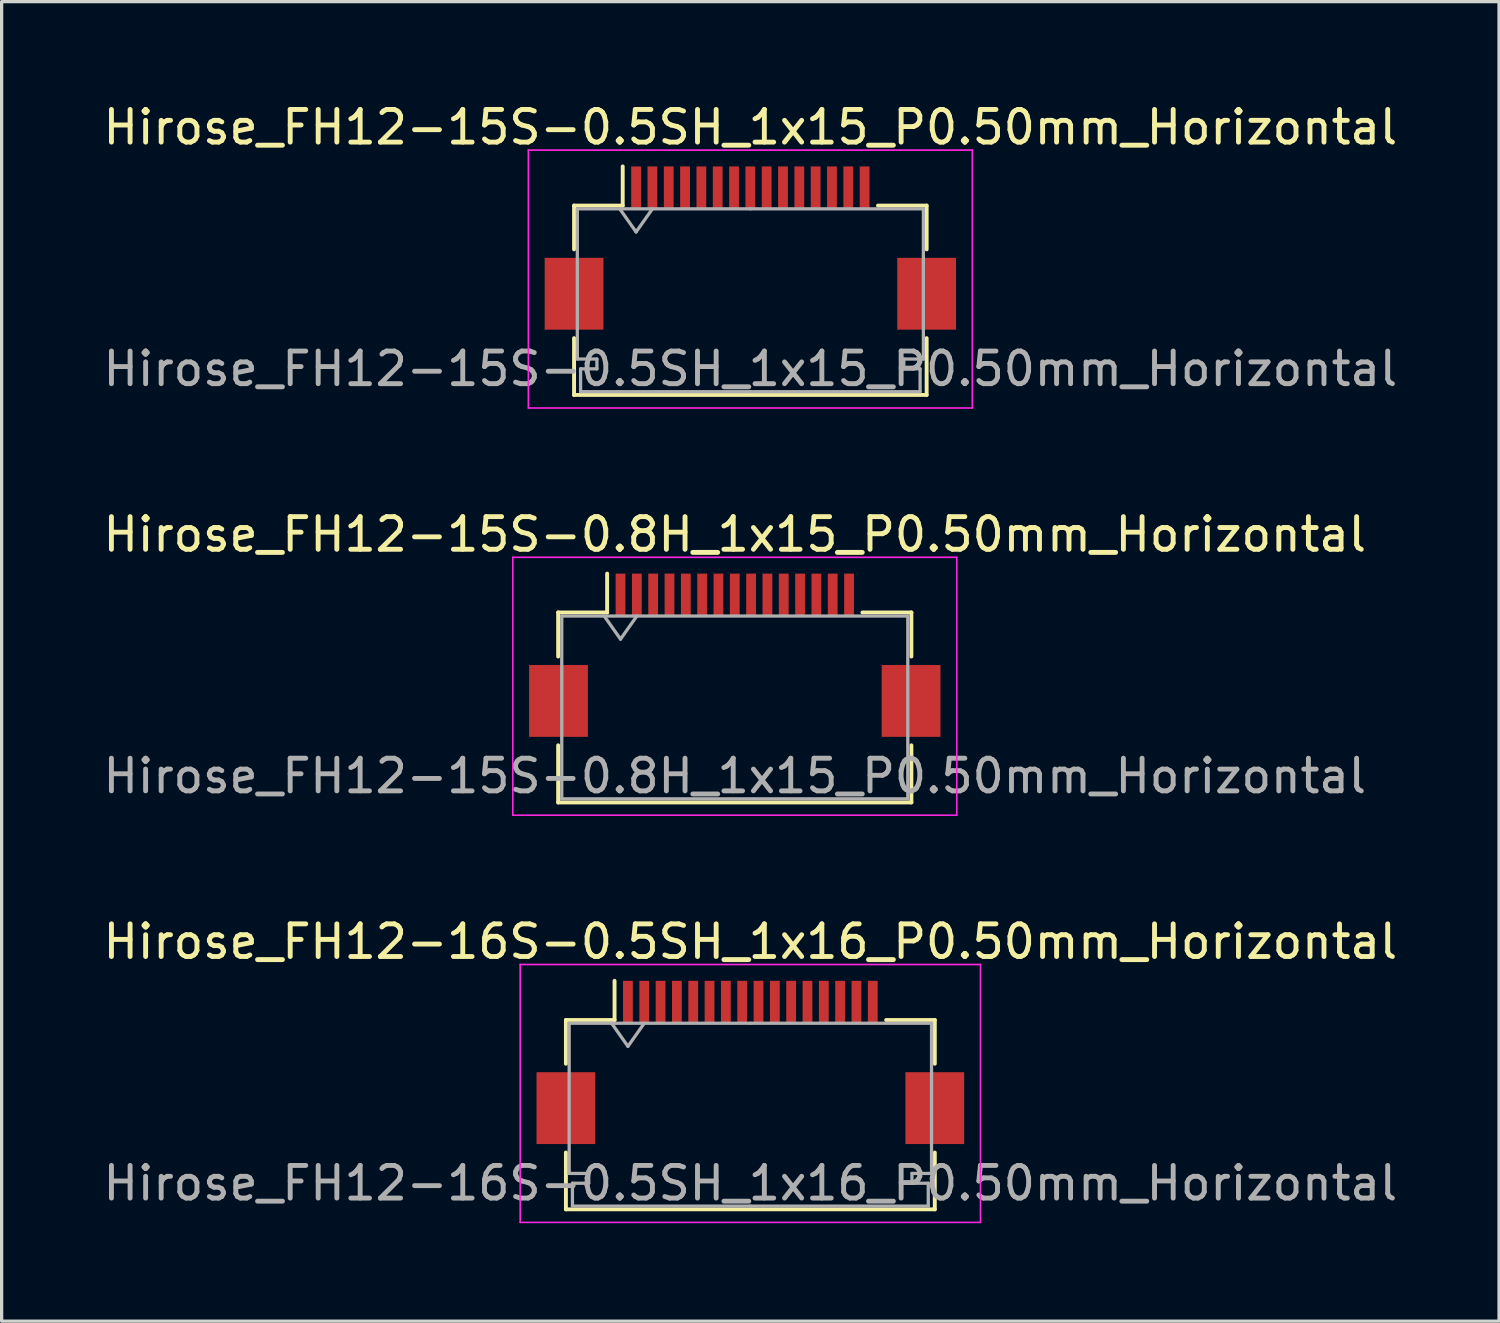
<source format=kicad_pcb>
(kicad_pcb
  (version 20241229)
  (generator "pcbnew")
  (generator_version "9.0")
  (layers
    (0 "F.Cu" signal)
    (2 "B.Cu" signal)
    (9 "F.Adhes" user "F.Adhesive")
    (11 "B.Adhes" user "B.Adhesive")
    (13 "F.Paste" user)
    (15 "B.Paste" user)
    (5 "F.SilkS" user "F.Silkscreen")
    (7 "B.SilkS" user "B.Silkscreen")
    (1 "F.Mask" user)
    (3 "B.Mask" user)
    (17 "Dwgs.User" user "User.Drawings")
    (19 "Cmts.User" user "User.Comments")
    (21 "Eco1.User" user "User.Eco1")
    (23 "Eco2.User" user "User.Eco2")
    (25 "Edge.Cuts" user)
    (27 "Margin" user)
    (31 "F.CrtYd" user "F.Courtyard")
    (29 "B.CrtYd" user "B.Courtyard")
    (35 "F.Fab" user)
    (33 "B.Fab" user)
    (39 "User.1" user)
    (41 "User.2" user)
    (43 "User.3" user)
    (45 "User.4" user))
  (footprint "Hirose_FH12-15S-0.5SH_1x15_P0.50mm_Horizontal"
    (layer "F.Cu")
    (at 19.935 4.548)
    (property "Reference" "Hirose_FH12-15S-0.5SH_1x15_P0.50mm_Horizontal" (at 0 -3.7 0) (layer "F.SilkS") (effects (font (size 1 1) (thickness 0.15))))
    (attr smd)
    (fp_line (start -5.4 -1.3) (end -5.4 0.04) (stroke (width 0.12) (type solid)) (layer "F.SilkS"))
    (fp_line (start -5.4 2.76) (end -5.4 4.5) (stroke (width 0.12) (type solid)) (layer "F.SilkS"))
    (fp_line (start -5.4 4.5) (end 5.4 4.5) (stroke (width 0.12) (type solid)) (layer "F.SilkS"))
    (fp_line (start -3.91 -1.3) (end -5.4 -1.3) (stroke (width 0.12) (type solid)) (layer "F.SilkS"))
    (fp_line (start -3.91 -1.3) (end -3.91 -2.5) (stroke (width 0.12) (type solid)) (layer "F.SilkS"))
    (fp_line (start 3.91 -1.3) (end 5.4 -1.3) (stroke (width 0.12) (type solid)) (layer "F.SilkS"))
    (fp_line (start 5.4 -1.3) (end 5.4 0.04) (stroke (width 0.12) (type solid)) (layer "F.SilkS"))
    (fp_line (start 5.4 4.5) (end 5.4 2.76) (stroke (width 0.12) (type solid)) (layer "F.SilkS"))
    (fp_line (start -6.8 -3) (end -6.8 4.9) (stroke (width 0.05) (type solid)) (layer "F.CrtYd"))
    (fp_line (start -6.8 4.9) (end 6.8 4.9) (stroke (width 0.05) (type solid)) (layer "F.CrtYd"))
    (fp_line (start 6.8 -3) (end -6.8 -3) (stroke (width 0.05) (type solid)) (layer "F.CrtYd"))
    (fp_line (start 6.8 4.9) (end 6.8 -3) (stroke (width 0.05) (type solid)) (layer "F.CrtYd"))
    (fp_line (start -5.3 -1.2) (end -5.3 3.4) (stroke (width 0.1) (type solid)) (layer "F.Fab"))
    (fp_line (start -5.3 3.4) (end -4.7 3.4) (stroke (width 0.1) (type solid)) (layer "F.Fab"))
    (fp_line (start -5.2 3.7) (end -5.2 4.4) (stroke (width 0.1) (type solid)) (layer "F.Fab"))
    (fp_line (start -5.2 4.4) (end 0 4.4) (stroke (width 0.1) (type solid)) (layer "F.Fab"))
    (fp_line (start -4.7 3.4) (end -4.7 3.7) (stroke (width 0.1) (type solid)) (layer "F.Fab"))
    (fp_line (start -4.7 3.7) (end -5.2 3.7) (stroke (width 0.1) (type solid)) (layer "F.Fab"))
    (fp_line (start -4 -1.2) (end -3.5 -0.493) (stroke (width 0.1) (type solid)) (layer "F.Fab"))
    (fp_line (start -3.5 -0.493) (end -3 -1.2) (stroke (width 0.1) (type solid)) (layer "F.Fab"))
    (fp_line (start 0 -1.2) (end -5.3 -1.2) (stroke (width 0.1) (type solid)) (layer "F.Fab"))
    (fp_line (start 0 -1.2) (end 5.3 -1.2) (stroke (width 0.1) (type solid)) (layer "F.Fab"))
    (fp_line (start 4.7 3.4) (end 4.7 3.7) (stroke (width 0.1) (type solid)) (layer "F.Fab"))
    (fp_line (start 4.7 3.7) (end 5.2 3.7) (stroke (width 0.1) (type solid)) (layer "F.Fab"))
    (fp_line (start 5.2 3.7) (end 5.2 4.4) (stroke (width 0.1) (type solid)) (layer "F.Fab"))
    (fp_line (start 5.2 4.4) (end 0 4.4) (stroke (width 0.1) (type solid)) (layer "F.Fab"))
    (fp_line (start 5.3 -1.2) (end 5.3 3.4) (stroke (width 0.1) (type solid)) (layer "F.Fab"))
    (fp_line (start 5.3 3.4) (end 4.7 3.4) (stroke (width 0.1) (type solid)) (layer "F.Fab"))
    (fp_text user "${REFERENCE}" (at 0 3.7 0) (layer "F.Fab") (effects (font (size 1 1) (thickness 0.15))))
    (pad "" smd rect (at -5.4 1.4) (size 1.8 2.2) (layers "F.Cu" "F.Mask" "F.Paste"))
    (pad "" smd rect (at 5.4 1.4) (size 1.8 2.2) (layers "F.Cu" "F.Mask" "F.Paste"))
    (pad "1" smd rect (at -3.5 -1.85) (size 0.3 1.3) (layers "F.Cu" "F.Mask" "F.Paste"))
    (pad "2" smd rect (at -3 -1.85) (size 0.3 1.3) (layers "F.Cu" "F.Mask" "F.Paste"))
    (pad "3" smd rect (at -2.5 -1.85) (size 0.3 1.3) (layers "F.Cu" "F.Mask" "F.Paste"))
    (pad "4" smd rect (at -2 -1.85) (size 0.3 1.3) (layers "F.Cu" "F.Mask" "F.Paste"))
    (pad "5" smd rect (at -1.5 -1.85) (size 0.3 1.3) (layers "F.Cu" "F.Mask" "F.Paste"))
    (pad "6" smd rect (at -1 -1.85) (size 0.3 1.3) (layers "F.Cu" "F.Mask" "F.Paste"))
    (pad "7" smd rect (at -0.5 -1.85) (size 0.3 1.3) (layers "F.Cu" "F.Mask" "F.Paste"))
    (pad "8" smd rect (at 0 -1.85) (size 0.3 1.3) (layers "F.Cu" "F.Mask" "F.Paste"))
    (pad "9" smd rect (at 0.5 -1.85) (size 0.3 1.3) (layers "F.Cu" "F.Mask" "F.Paste"))
    (pad "10" smd rect (at 1 -1.85) (size 0.3 1.3) (layers "F.Cu" "F.Mask" "F.Paste"))
    (pad "11" smd rect (at 1.5 -1.85) (size 0.3 1.3) (layers "F.Cu" "F.Mask" "F.Paste"))
    (pad "12" smd rect (at 2 -1.85) (size 0.3 1.3) (layers "F.Cu" "F.Mask" "F.Paste"))
    (pad "13" smd rect (at 2.5 -1.85) (size 0.3 1.3) (layers "F.Cu" "F.Mask" "F.Paste"))
    (pad "14" smd rect (at 3 -1.85) (size 0.3 1.3) (layers "F.Cu" "F.Mask" "F.Paste"))
    (pad "15" smd rect (at 3.5 -1.85) (size 0.3 1.3) (layers "F.Cu" "F.Mask" "F.Paste")))
  (footprint "Hirose_FH12-16S-0.5SH_1x16_P0.50mm_Horizontal"
    (layer "F.Cu")
    (at 19.935 29.495)
    (property "Reference" "Hirose_FH12-16S-0.5SH_1x16_P0.50mm_Horizontal" (at 0 -3.7 0) (layer "F.SilkS") (effects (font (size 1 1) (thickness 0.15))))
    (attr smd)
    (fp_line (start -5.65 -1.3) (end -5.65 0.04) (stroke (width 0.12) (type solid)) (layer "F.SilkS"))
    (fp_line (start -5.65 2.76) (end -5.65 4.5) (stroke (width 0.12) (type solid)) (layer "F.SilkS"))
    (fp_line (start -5.65 4.5) (end 5.65 4.5) (stroke (width 0.12) (type solid)) (layer "F.SilkS"))
    (fp_line (start -4.16 -1.3) (end -5.65 -1.3) (stroke (width 0.12) (type solid)) (layer "F.SilkS"))
    (fp_line (start -4.16 -1.3) (end -4.16 -2.5) (stroke (width 0.12) (type solid)) (layer "F.SilkS"))
    (fp_line (start 4.16 -1.3) (end 5.65 -1.3) (stroke (width 0.12) (type solid)) (layer "F.SilkS"))
    (fp_line (start 5.65 -1.3) (end 5.65 0.04) (stroke (width 0.12) (type solid)) (layer "F.SilkS"))
    (fp_line (start 5.65 4.5) (end 5.65 2.76) (stroke (width 0.12) (type solid)) (layer "F.SilkS"))
    (fp_line (start -7.05 -3) (end -7.05 4.9) (stroke (width 0.05) (type solid)) (layer "F.CrtYd"))
    (fp_line (start -7.05 4.9) (end 7.05 4.9) (stroke (width 0.05) (type solid)) (layer "F.CrtYd"))
    (fp_line (start 7.05 -3) (end -7.05 -3) (stroke (width 0.05) (type solid)) (layer "F.CrtYd"))
    (fp_line (start 7.05 4.9) (end 7.05 -3) (stroke (width 0.05) (type solid)) (layer "F.CrtYd"))
    (fp_line (start -5.55 -1.2) (end -5.55 3.4) (stroke (width 0.1) (type solid)) (layer "F.Fab"))
    (fp_line (start -5.55 3.4) (end -4.95 3.4) (stroke (width 0.1) (type solid)) (layer "F.Fab"))
    (fp_line (start -5.45 3.7) (end -5.45 4.4) (stroke (width 0.1) (type solid)) (layer "F.Fab"))
    (fp_line (start -5.45 4.4) (end 0 4.4) (stroke (width 0.1) (type solid)) (layer "F.Fab"))
    (fp_line (start -4.95 3.4) (end -4.95 3.7) (stroke (width 0.1) (type solid)) (layer "F.Fab"))
    (fp_line (start -4.95 3.7) (end -5.45 3.7) (stroke (width 0.1) (type solid)) (layer "F.Fab"))
    (fp_line (start -4.25 -1.2) (end -3.75 -0.493) (stroke (width 0.1) (type solid)) (layer "F.Fab"))
    (fp_line (start -3.75 -0.493) (end -3.25 -1.2) (stroke (width 0.1) (type solid)) (layer "F.Fab"))
    (fp_line (start 0 -1.2) (end -5.55 -1.2) (stroke (width 0.1) (type solid)) (layer "F.Fab"))
    (fp_line (start 0 -1.2) (end 5.55 -1.2) (stroke (width 0.1) (type solid)) (layer "F.Fab"))
    (fp_line (start 4.95 3.4) (end 4.95 3.7) (stroke (width 0.1) (type solid)) (layer "F.Fab"))
    (fp_line (start 4.95 3.7) (end 5.45 3.7) (stroke (width 0.1) (type solid)) (layer "F.Fab"))
    (fp_line (start 5.45 3.7) (end 5.45 4.4) (stroke (width 0.1) (type solid)) (layer "F.Fab"))
    (fp_line (start 5.45 4.4) (end 0 4.4) (stroke (width 0.1) (type solid)) (layer "F.Fab"))
    (fp_line (start 5.55 -1.2) (end 5.55 3.4) (stroke (width 0.1) (type solid)) (layer "F.Fab"))
    (fp_line (start 5.55 3.4) (end 4.95 3.4) (stroke (width 0.1) (type solid)) (layer "F.Fab"))
    (fp_text user "${REFERENCE}" (at 0 3.7 0) (layer "F.Fab") (effects (font (size 1 1) (thickness 0.15))))
    (pad "" smd rect (at -5.65 1.4) (size 1.8 2.2) (layers "F.Cu" "F.Mask" "F.Paste"))
    (pad "" smd rect (at 5.65 1.4) (size 1.8 2.2) (layers "F.Cu" "F.Mask" "F.Paste"))
    (pad "1" smd rect (at -3.75 -1.85) (size 0.3 1.3) (layers "F.Cu" "F.Mask" "F.Paste"))
    (pad "2" smd rect (at -3.25 -1.85) (size 0.3 1.3) (layers "F.Cu" "F.Mask" "F.Paste"))
    (pad "3" smd rect (at -2.75 -1.85) (size 0.3 1.3) (layers "F.Cu" "F.Mask" "F.Paste"))
    (pad "4" smd rect (at -2.25 -1.85) (size 0.3 1.3) (layers "F.Cu" "F.Mask" "F.Paste"))
    (pad "5" smd rect (at -1.75 -1.85) (size 0.3 1.3) (layers "F.Cu" "F.Mask" "F.Paste"))
    (pad "6" smd rect (at -1.25 -1.85) (size 0.3 1.3) (layers "F.Cu" "F.Mask" "F.Paste"))
    (pad "7" smd rect (at -0.75 -1.85) (size 0.3 1.3) (layers "F.Cu" "F.Mask" "F.Paste"))
    (pad "8" smd rect (at -0.25 -1.85) (size 0.3 1.3) (layers "F.Cu" "F.Mask" "F.Paste"))
    (pad "9" smd rect (at 0.25 -1.85) (size 0.3 1.3) (layers "F.Cu" "F.Mask" "F.Paste"))
    (pad "10" smd rect (at 0.75 -1.85) (size 0.3 1.3) (layers "F.Cu" "F.Mask" "F.Paste"))
    (pad "11" smd rect (at 1.25 -1.85) (size 0.3 1.3) (layers "F.Cu" "F.Mask" "F.Paste"))
    (pad "12" smd rect (at 1.75 -1.85) (size 0.3 1.3) (layers "F.Cu" "F.Mask" "F.Paste"))
    (pad "13" smd rect (at 2.25 -1.85) (size 0.3 1.3) (layers "F.Cu" "F.Mask" "F.Paste"))
    (pad "14" smd rect (at 2.75 -1.85) (size 0.3 1.3) (layers "F.Cu" "F.Mask" "F.Paste"))
    (pad "15" smd rect (at 3.25 -1.85) (size 0.3 1.3) (layers "F.Cu" "F.Mask" "F.Paste"))
    (pad "16" smd rect (at 3.75 -1.85) (size 0.3 1.3) (layers "F.Cu" "F.Mask" "F.Paste")))
  (footprint "Hirose_FH12-15S-0.8H_1x15_P0.50mm_Horizontal"
    (layer "F.Cu")
    (at 19.458 17.021)
    (property "Reference" "Hirose_FH12-15S-0.8H_1x15_P0.50mm_Horizontal" (at 0 -3.7 0) (layer "F.SilkS") (effects (font (size 1 1) (thickness 0.15))))
    (attr smd)
    (fp_line (start -5.41 -1.31) (end -3.91 -1.31) (stroke (width 0.12) (type solid)) (layer "F.SilkS"))
    (fp_line (start -5.41 0.04) (end -5.41 -1.31) (stroke (width 0.12) (type solid)) (layer "F.SilkS"))
    (fp_line (start -5.41 2.76) (end -5.41 4.51) (stroke (width 0.12) (type solid)) (layer "F.SilkS"))
    (fp_line (start -5.41 4.51) (end 5.41 4.51) (stroke (width 0.12) (type solid)) (layer "F.SilkS"))
    (fp_line (start -3.91 -1.31) (end -3.91 -2.5) (stroke (width 0.12) (type solid)) (layer "F.SilkS"))
    (fp_line (start 5.41 -1.31) (end 3.91 -1.31) (stroke (width 0.12) (type solid)) (layer "F.SilkS"))
    (fp_line (start 5.41 0.04) (end 5.41 -1.31) (stroke (width 0.12) (type solid)) (layer "F.SilkS"))
    (fp_line (start 5.41 4.51) (end 5.41 2.76) (stroke (width 0.12) (type solid)) (layer "F.SilkS"))
    (fp_line (start -6.8 -3) (end -6.8 4.9) (stroke (width 0.05) (type solid)) (layer "F.CrtYd"))
    (fp_line (start -6.8 4.9) (end 6.8 4.9) (stroke (width 0.05) (type solid)) (layer "F.CrtYd"))
    (fp_line (start 6.8 -3) (end -6.8 -3) (stroke (width 0.05) (type solid)) (layer "F.CrtYd"))
    (fp_line (start 6.8 4.9) (end 6.8 -3) (stroke (width 0.05) (type solid)) (layer "F.CrtYd"))
    (fp_line (start -5.3 -1.2) (end -5.3 4.4) (stroke (width 0.1) (type solid)) (layer "F.Fab"))
    (fp_line (start -5.3 -1.2) (end 5.3 -1.2) (stroke (width 0.1) (type solid)) (layer "F.Fab"))
    (fp_line (start -5.3 4.4) (end 5.3 4.4) (stroke (width 0.1) (type solid)) (layer "F.Fab"))
    (fp_line (start -4 -1.2) (end -3.5 -0.493) (stroke (width 0.1) (type solid)) (layer "F.Fab"))
    (fp_line (start -3.5 -0.493) (end -3 -1.2) (stroke (width 0.1) (type solid)) (layer "F.Fab"))
    (fp_line (start 5.3 -1.2) (end 5.3 4.4) (stroke (width 0.1) (type solid)) (layer "F.Fab"))
    (fp_text user "${REFERENCE}" (at 0 3.7 0) (layer "F.Fab") (effects (font (size 1 1) (thickness 0.15))))
    (pad "" smd rect (at -5.4 1.4) (size 1.8 2.2) (layers "F.Cu" "F.Mask" "F.Paste"))
    (pad "" smd rect (at 5.4 1.4) (size 1.8 2.2) (layers "F.Cu" "F.Mask" "F.Paste"))
    (pad "1" smd rect (at -3.5 -1.85) (size 0.3 1.3) (layers "F.Cu" "F.Mask" "F.Paste"))
    (pad "2" smd rect (at -3 -1.85) (size 0.3 1.3) (layers "F.Cu" "F.Mask" "F.Paste"))
    (pad "3" smd rect (at -2.5 -1.85) (size 0.3 1.3) (layers "F.Cu" "F.Mask" "F.Paste"))
    (pad "4" smd rect (at -2 -1.85) (size 0.3 1.3) (layers "F.Cu" "F.Mask" "F.Paste"))
    (pad "5" smd rect (at -1.5 -1.85) (size 0.3 1.3) (layers "F.Cu" "F.Mask" "F.Paste"))
    (pad "6" smd rect (at -1 -1.85) (size 0.3 1.3) (layers "F.Cu" "F.Mask" "F.Paste"))
    (pad "7" smd rect (at -0.5 -1.85) (size 0.3 1.3) (layers "F.Cu" "F.Mask" "F.Paste"))
    (pad "8" smd rect (at 0 -1.85) (size 0.3 1.3) (layers "F.Cu" "F.Mask" "F.Paste"))
    (pad "9" smd rect (at 0.5 -1.85) (size 0.3 1.3) (layers "F.Cu" "F.Mask" "F.Paste"))
    (pad "10" smd rect (at 1 -1.85) (size 0.3 1.3) (layers "F.Cu" "F.Mask" "F.Paste"))
    (pad "11" smd rect (at 1.5 -1.85) (size 0.3 1.3) (layers "F.Cu" "F.Mask" "F.Paste"))
    (pad "12" smd rect (at 2 -1.85) (size 0.3 1.3) (layers "F.Cu" "F.Mask" "F.Paste"))
    (pad "13" smd rect (at 2.5 -1.85) (size 0.3 1.3) (layers "F.Cu" "F.Mask" "F.Paste"))
    (pad "14" smd rect (at 3 -1.85) (size 0.3 1.3) (layers "F.Cu" "F.Mask" "F.Paste"))
    (pad "15" smd rect (at 3.5 -1.85) (size 0.3 1.3) (layers "F.Cu" "F.Mask" "F.Paste")))
  (gr_rect
    (start -3 -3)
    (end 42.869 37.42)
    (stroke (width 0.1) (type default))
    (fill no)
    (layer "Edge.Cuts")))
</source>
